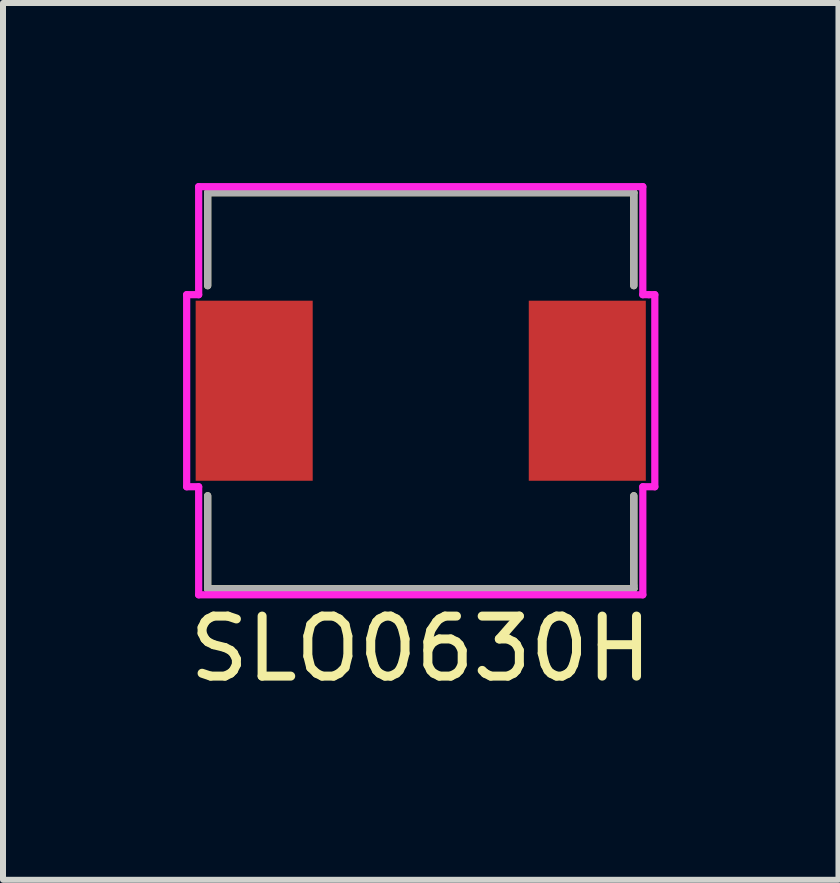
<source format=kicad_pcb>
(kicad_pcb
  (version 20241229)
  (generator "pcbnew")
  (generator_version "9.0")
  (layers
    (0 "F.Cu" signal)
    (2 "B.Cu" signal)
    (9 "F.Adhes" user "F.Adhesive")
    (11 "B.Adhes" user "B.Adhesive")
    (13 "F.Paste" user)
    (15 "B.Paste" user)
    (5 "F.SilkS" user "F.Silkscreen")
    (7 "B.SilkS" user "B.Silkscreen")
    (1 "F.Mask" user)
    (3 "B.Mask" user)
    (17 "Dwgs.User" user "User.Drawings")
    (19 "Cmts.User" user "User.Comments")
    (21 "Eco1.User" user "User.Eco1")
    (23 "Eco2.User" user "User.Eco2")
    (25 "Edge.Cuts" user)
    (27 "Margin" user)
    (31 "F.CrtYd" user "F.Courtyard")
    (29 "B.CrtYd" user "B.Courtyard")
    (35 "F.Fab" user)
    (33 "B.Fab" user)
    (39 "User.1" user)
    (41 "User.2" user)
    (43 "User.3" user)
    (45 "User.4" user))
  (footprint "SLO0630H"
    (layer "F.Cu")
    (at 3.96 3.46)
    (property "Reference" "SLO0630H" (at 0 4.3 0) (layer "F.SilkS") (effects (font (size 1 1) (thickness 0.15))))
    (attr through_hole)
    (fp_line (start -3.55 -3.3) (end -3.55 -1.75) (stroke (width 0.12) (type solid)) (layer "F.SilkS"))
    (fp_line (start -3.55 -3.3) (end 3.55 -3.3) (stroke (width 0.12) (type solid)) (layer "F.SilkS"))
    (fp_line (start -3.55 3.3) (end -3.55 1.75) (stroke (width 0.12) (type solid)) (layer "F.SilkS"))
    (fp_line (start 3.55 -3.3) (end 3.55 -1.75) (stroke (width 0.12) (type solid)) (layer "F.SilkS"))
    (fp_line (start 3.55 3.3) (end -3.55 3.3) (stroke (width 0.12) (type solid)) (layer "F.SilkS"))
    (fp_line (start 3.55 3.3) (end 3.55 1.75) (stroke (width 0.12) (type solid)) (layer "F.SilkS"))
    (fp_line (start -3.9 -1.6) (end -3.7 -1.6) (stroke (width 0.12) (type solid)) (layer "F.CrtYd"))
    (fp_line (start -3.9 1.6) (end -3.9 -1.6) (stroke (width 0.12) (type solid)) (layer "F.CrtYd"))
    (fp_line (start -3.7 -3.4) (end 3.7 -3.4) (stroke (width 0.12) (type solid)) (layer "F.CrtYd"))
    (fp_line (start -3.7 -1.6) (end -3.7 -3.4) (stroke (width 0.12) (type solid)) (layer "F.CrtYd"))
    (fp_line (start -3.7 1.6) (end -3.9 1.6) (stroke (width 0.12) (type solid)) (layer "F.CrtYd"))
    (fp_line (start -3.7 3.4) (end -3.7 1.6) (stroke (width 0.12) (type solid)) (layer "F.CrtYd"))
    (fp_line (start 3.7 -3.4) (end 3.7 -1.6) (stroke (width 0.12) (type solid)) (layer "F.CrtYd"))
    (fp_line (start 3.7 -1.6) (end 3.8 -1.6) (stroke (width 0.12) (type solid)) (layer "F.CrtYd"))
    (fp_line (start 3.7 1.6) (end 3.7 3.4) (stroke (width 0.12) (type solid)) (layer "F.CrtYd"))
    (fp_line (start 3.7 3.4) (end -3.7 3.4) (stroke (width 0.12) (type solid)) (layer "F.CrtYd"))
    (fp_line (start 3.8 -1.6) (end 3.9 -1.6) (stroke (width 0.12) (type solid)) (layer "F.CrtYd"))
    (fp_line (start 3.9 -1.6) (end 3.9 1.6) (stroke (width 0.12) (type solid)) (layer "F.CrtYd"))
    (fp_line (start 3.9 1.6) (end 3.7 1.6) (stroke (width 0.12) (type solid)) (layer "F.CrtYd"))
    (fp_line (start -3.55 -3.3) (end -3.55 -1.75) (stroke (width 0.12) (type solid)) (layer "F.Fab"))
    (fp_line (start -3.55 -3.3) (end 3.55 -3.3) (stroke (width 0.12) (type solid)) (layer "F.Fab"))
    (fp_line (start -3.55 3.3) (end -3.55 1.75) (stroke (width 0.12) (type solid)) (layer "F.Fab"))
    (fp_line (start 3.55 -3.3) (end 3.55 -1.75) (stroke (width 0.12) (type solid)) (layer "F.Fab"))
    (fp_line (start 3.55 1.75) (end 3.55 3.25) (stroke (width 0.12) (type solid)) (layer "F.Fab"))
    (fp_line (start 3.55 3.25) (end 3.55 3.3) (stroke (width 0.12) (type solid)) (layer "F.Fab"))
    (fp_line (start 3.55 3.3) (end -3.55 3.3) (stroke (width 0.12) (type solid)) (layer "F.Fab"))
    (pad "1" smd rect (at -2.775 0) (size 1.95 3) (layers "F.Cu" "F.Mask" "F.Paste"))
    (pad "2" smd rect (at 2.775 0) (size 1.95 3) (layers "F.Cu" "F.Mask" "F.Paste")))
  (gr_rect
    (start -3 -3)
    (end 10.92 11.608)
    (stroke (width 0.1) (type default))
    (fill no)
    (layer "Edge.Cuts")))
</source>
